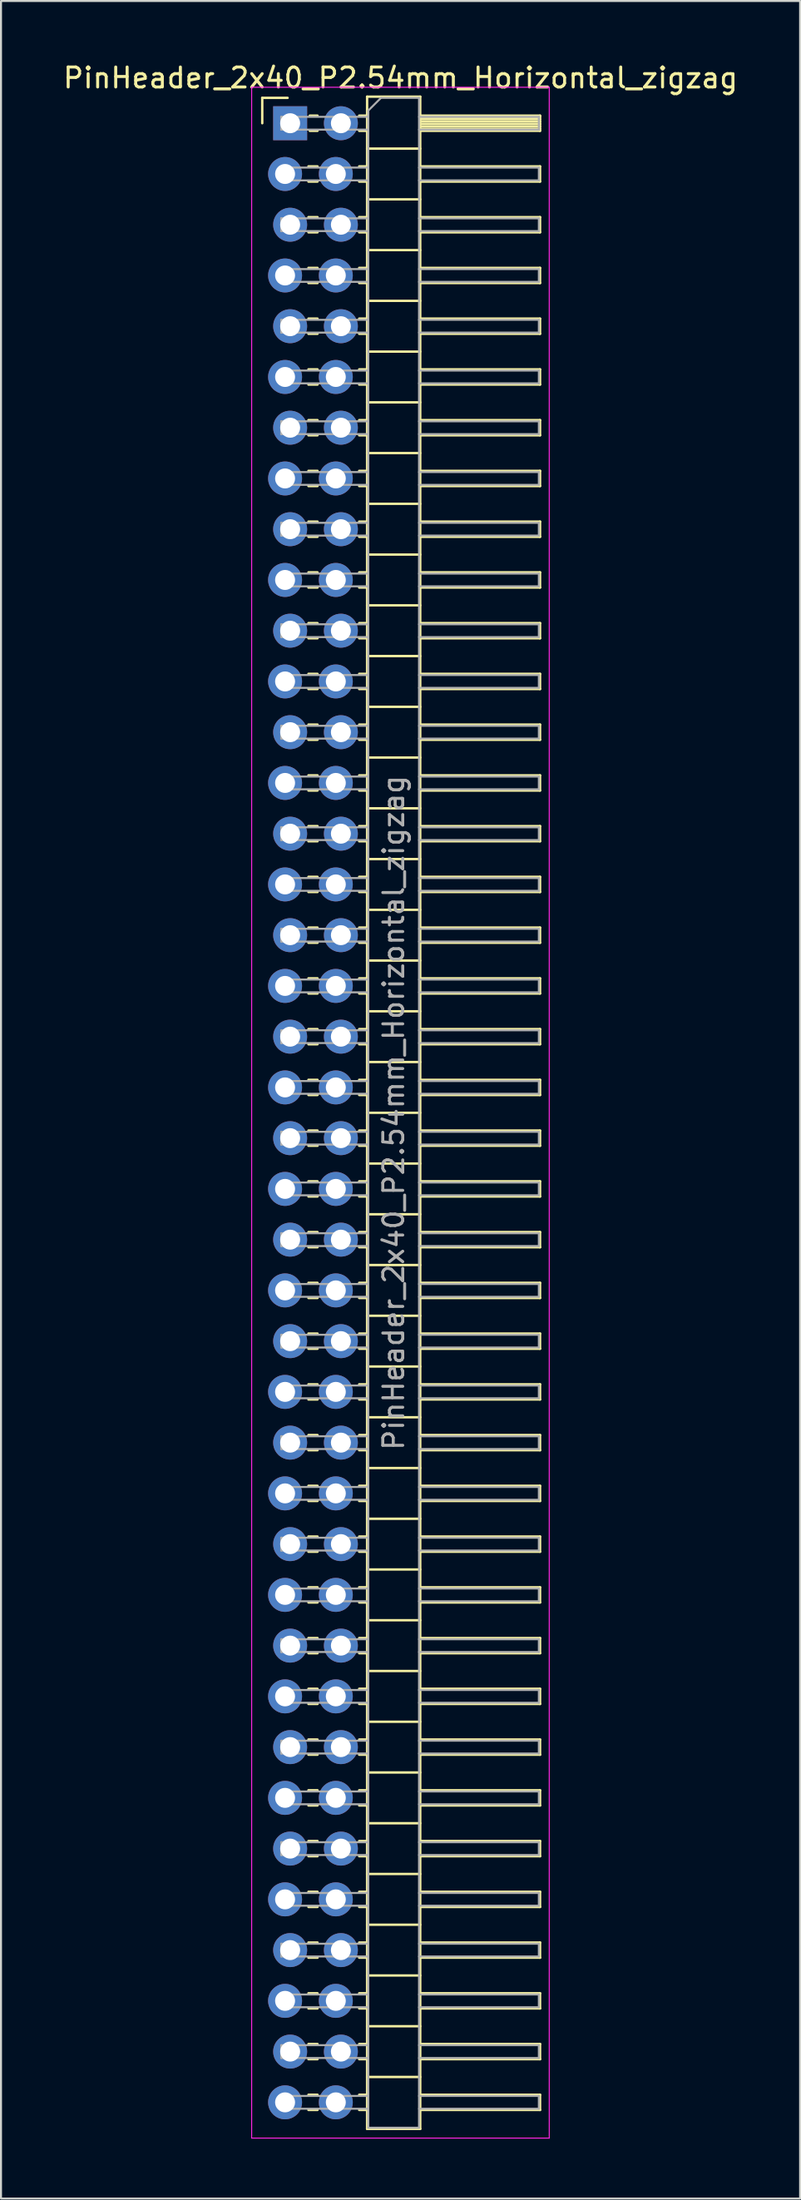
<source format=kicad_pcb>
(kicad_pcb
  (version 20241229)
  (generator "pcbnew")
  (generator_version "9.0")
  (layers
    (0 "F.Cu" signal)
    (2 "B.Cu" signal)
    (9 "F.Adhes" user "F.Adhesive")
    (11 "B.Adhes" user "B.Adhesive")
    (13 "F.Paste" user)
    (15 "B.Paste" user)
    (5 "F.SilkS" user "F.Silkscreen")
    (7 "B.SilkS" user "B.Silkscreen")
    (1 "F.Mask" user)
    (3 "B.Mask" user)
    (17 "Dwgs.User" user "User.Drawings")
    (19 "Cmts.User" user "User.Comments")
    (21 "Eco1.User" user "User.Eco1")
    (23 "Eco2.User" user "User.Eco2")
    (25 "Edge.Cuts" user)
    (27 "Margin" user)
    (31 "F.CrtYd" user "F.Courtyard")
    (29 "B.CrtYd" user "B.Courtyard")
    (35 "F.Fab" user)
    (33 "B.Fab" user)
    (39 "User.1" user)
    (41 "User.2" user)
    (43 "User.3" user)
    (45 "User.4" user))
  (footprint "PinHeader_2x40_P2.54mm_Horizontal_zigzag"
    (layer "F.Cu")
    (at 11.351 3.118)
    (property "Reference" "PinHeader_2x40_P2.54mm_Horizontal_zigzag" (at 5.655 -2.27 0) (layer "F.SilkS") (effects (font (size 1 1) (thickness 0.15))))
    (attr through_hole)
    (fp_line (start -1.27 -1.27) (end 0 -1.27) (stroke (width 0.12) (type solid)) (layer "F.SilkS"))
    (fp_line (start -1.27 0) (end -1.27 -1.27) (stroke (width 0.12) (type solid)) (layer "F.SilkS"))
    (fp_line (start 1.043 2.16) (end 1.497 2.16) (stroke (width 0.12) (type solid)) (layer "F.SilkS"))
    (fp_line (start 1.043 2.92) (end 1.497 2.92) (stroke (width 0.12) (type solid)) (layer "F.SilkS"))
    (fp_line (start 1.043 4.7) (end 1.497 4.7) (stroke (width 0.12) (type solid)) (layer "F.SilkS"))
    (fp_line (start 1.043 5.46) (end 1.497 5.46) (stroke (width 0.12) (type solid)) (layer "F.SilkS"))
    (fp_line (start 1.043 7.24) (end 1.497 7.24) (stroke (width 0.12) (type solid)) (layer "F.SilkS"))
    (fp_line (start 1.043 8) (end 1.497 8) (stroke (width 0.12) (type solid)) (layer "F.SilkS"))
    (fp_line (start 1.043 9.78) (end 1.497 9.78) (stroke (width 0.12) (type solid)) (layer "F.SilkS"))
    (fp_line (start 1.043 10.54) (end 1.497 10.54) (stroke (width 0.12) (type solid)) (layer "F.SilkS"))
    (fp_line (start 1.043 12.32) (end 1.497 12.32) (stroke (width 0.12) (type solid)) (layer "F.SilkS"))
    (fp_line (start 1.043 13.08) (end 1.497 13.08) (stroke (width 0.12) (type solid)) (layer "F.SilkS"))
    (fp_line (start 1.043 14.86) (end 1.497 14.86) (stroke (width 0.12) (type solid)) (layer "F.SilkS"))
    (fp_line (start 1.043 15.62) (end 1.497 15.62) (stroke (width 0.12) (type solid)) (layer "F.SilkS"))
    (fp_line (start 1.043 17.4) (end 1.497 17.4) (stroke (width 0.12) (type solid)) (layer "F.SilkS"))
    (fp_line (start 1.043 18.16) (end 1.497 18.16) (stroke (width 0.12) (type solid)) (layer "F.SilkS"))
    (fp_line (start 1.043 19.94) (end 1.497 19.94) (stroke (width 0.12) (type solid)) (layer "F.SilkS"))
    (fp_line (start 1.043 20.7) (end 1.497 20.7) (stroke (width 0.12) (type solid)) (layer "F.SilkS"))
    (fp_line (start 1.043 22.48) (end 1.497 22.48) (stroke (width 0.12) (type solid)) (layer "F.SilkS"))
    (fp_line (start 1.043 23.24) (end 1.497 23.24) (stroke (width 0.12) (type solid)) (layer "F.SilkS"))
    (fp_line (start 1.043 25.02) (end 1.497 25.02) (stroke (width 0.12) (type solid)) (layer "F.SilkS"))
    (fp_line (start 1.043 25.78) (end 1.497 25.78) (stroke (width 0.12) (type solid)) (layer "F.SilkS"))
    (fp_line (start 1.043 27.56) (end 1.497 27.56) (stroke (width 0.12) (type solid)) (layer "F.SilkS"))
    (fp_line (start 1.043 28.32) (end 1.497 28.32) (stroke (width 0.12) (type solid)) (layer "F.SilkS"))
    (fp_line (start 1.043 30.1) (end 1.497 30.1) (stroke (width 0.12) (type solid)) (layer "F.SilkS"))
    (fp_line (start 1.043 30.86) (end 1.497 30.86) (stroke (width 0.12) (type solid)) (layer "F.SilkS"))
    (fp_line (start 1.043 32.64) (end 1.497 32.64) (stroke (width 0.12) (type solid)) (layer "F.SilkS"))
    (fp_line (start 1.043 33.4) (end 1.497 33.4) (stroke (width 0.12) (type solid)) (layer "F.SilkS"))
    (fp_line (start 1.043 35.18) (end 1.497 35.18) (stroke (width 0.12) (type solid)) (layer "F.SilkS"))
    (fp_line (start 1.043 35.94) (end 1.497 35.94) (stroke (width 0.12) (type solid)) (layer "F.SilkS"))
    (fp_line (start 1.043 37.72) (end 1.497 37.72) (stroke (width 0.12) (type solid)) (layer "F.SilkS"))
    (fp_line (start 1.043 38.48) (end 1.497 38.48) (stroke (width 0.12) (type solid)) (layer "F.SilkS"))
    (fp_line (start 1.043 40.26) (end 1.497 40.26) (stroke (width 0.12) (type solid)) (layer "F.SilkS"))
    (fp_line (start 1.043 41.02) (end 1.497 41.02) (stroke (width 0.12) (type solid)) (layer "F.SilkS"))
    (fp_line (start 1.043 42.8) (end 1.497 42.8) (stroke (width 0.12) (type solid)) (layer "F.SilkS"))
    (fp_line (start 1.043 43.56) (end 1.497 43.56) (stroke (width 0.12) (type solid)) (layer "F.SilkS"))
    (fp_line (start 1.043 45.34) (end 1.497 45.34) (stroke (width 0.12) (type solid)) (layer "F.SilkS"))
    (fp_line (start 1.043 46.1) (end 1.497 46.1) (stroke (width 0.12) (type solid)) (layer "F.SilkS"))
    (fp_line (start 1.043 47.88) (end 1.497 47.88) (stroke (width 0.12) (type solid)) (layer "F.SilkS"))
    (fp_line (start 1.043 48.64) (end 1.497 48.64) (stroke (width 0.12) (type solid)) (layer "F.SilkS"))
    (fp_line (start 1.043 50.42) (end 1.497 50.42) (stroke (width 0.12) (type solid)) (layer "F.SilkS"))
    (fp_line (start 1.043 51.18) (end 1.497 51.18) (stroke (width 0.12) (type solid)) (layer "F.SilkS"))
    (fp_line (start 1.043 52.96) (end 1.497 52.96) (stroke (width 0.12) (type solid)) (layer "F.SilkS"))
    (fp_line (start 1.043 53.72) (end 1.497 53.72) (stroke (width 0.12) (type solid)) (layer "F.SilkS"))
    (fp_line (start 1.043 55.5) (end 1.497 55.5) (stroke (width 0.12) (type solid)) (layer "F.SilkS"))
    (fp_line (start 1.043 56.26) (end 1.497 56.26) (stroke (width 0.12) (type solid)) (layer "F.SilkS"))
    (fp_line (start 1.043 58.04) (end 1.497 58.04) (stroke (width 0.12) (type solid)) (layer "F.SilkS"))
    (fp_line (start 1.043 58.8) (end 1.497 58.8) (stroke (width 0.12) (type solid)) (layer "F.SilkS"))
    (fp_line (start 1.043 60.58) (end 1.497 60.58) (stroke (width 0.12) (type solid)) (layer "F.SilkS"))
    (fp_line (start 1.043 61.34) (end 1.497 61.34) (stroke (width 0.12) (type solid)) (layer "F.SilkS"))
    (fp_line (start 1.043 63.12) (end 1.497 63.12) (stroke (width 0.12) (type solid)) (layer "F.SilkS"))
    (fp_line (start 1.043 63.88) (end 1.497 63.88) (stroke (width 0.12) (type solid)) (layer "F.SilkS"))
    (fp_line (start 1.043 65.66) (end 1.497 65.66) (stroke (width 0.12) (type solid)) (layer "F.SilkS"))
    (fp_line (start 1.043 66.42) (end 1.497 66.42) (stroke (width 0.12) (type solid)) (layer "F.SilkS"))
    (fp_line (start 1.043 68.2) (end 1.497 68.2) (stroke (width 0.12) (type solid)) (layer "F.SilkS"))
    (fp_line (start 1.043 68.96) (end 1.497 68.96) (stroke (width 0.12) (type solid)) (layer "F.SilkS"))
    (fp_line (start 1.043 70.74) (end 1.497 70.74) (stroke (width 0.12) (type solid)) (layer "F.SilkS"))
    (fp_line (start 1.043 71.5) (end 1.497 71.5) (stroke (width 0.12) (type solid)) (layer "F.SilkS"))
    (fp_line (start 1.043 73.28) (end 1.497 73.28) (stroke (width 0.12) (type solid)) (layer "F.SilkS"))
    (fp_line (start 1.043 74.04) (end 1.497 74.04) (stroke (width 0.12) (type solid)) (layer "F.SilkS"))
    (fp_line (start 1.043 75.82) (end 1.497 75.82) (stroke (width 0.12) (type solid)) (layer "F.SilkS"))
    (fp_line (start 1.043 76.58) (end 1.497 76.58) (stroke (width 0.12) (type solid)) (layer "F.SilkS"))
    (fp_line (start 1.043 78.36) (end 1.497 78.36) (stroke (width 0.12) (type solid)) (layer "F.SilkS"))
    (fp_line (start 1.043 79.12) (end 1.497 79.12) (stroke (width 0.12) (type solid)) (layer "F.SilkS"))
    (fp_line (start 1.043 80.9) (end 1.497 80.9) (stroke (width 0.12) (type solid)) (layer "F.SilkS"))
    (fp_line (start 1.043 81.66) (end 1.497 81.66) (stroke (width 0.12) (type solid)) (layer "F.SilkS"))
    (fp_line (start 1.043 83.44) (end 1.497 83.44) (stroke (width 0.12) (type solid)) (layer "F.SilkS"))
    (fp_line (start 1.043 84.2) (end 1.497 84.2) (stroke (width 0.12) (type solid)) (layer "F.SilkS"))
    (fp_line (start 1.043 85.98) (end 1.497 85.98) (stroke (width 0.12) (type solid)) (layer "F.SilkS"))
    (fp_line (start 1.043 86.74) (end 1.497 86.74) (stroke (width 0.12) (type solid)) (layer "F.SilkS"))
    (fp_line (start 1.043 88.52) (end 1.497 88.52) (stroke (width 0.12) (type solid)) (layer "F.SilkS"))
    (fp_line (start 1.043 89.28) (end 1.497 89.28) (stroke (width 0.12) (type solid)) (layer "F.SilkS"))
    (fp_line (start 1.043 91.06) (end 1.497 91.06) (stroke (width 0.12) (type solid)) (layer "F.SilkS"))
    (fp_line (start 1.043 91.82) (end 1.497 91.82) (stroke (width 0.12) (type solid)) (layer "F.SilkS"))
    (fp_line (start 1.043 93.6) (end 1.497 93.6) (stroke (width 0.12) (type solid)) (layer "F.SilkS"))
    (fp_line (start 1.043 94.36) (end 1.497 94.36) (stroke (width 0.12) (type solid)) (layer "F.SilkS"))
    (fp_line (start 1.043 96.14) (end 1.497 96.14) (stroke (width 0.12) (type solid)) (layer "F.SilkS"))
    (fp_line (start 1.043 96.9) (end 1.497 96.9) (stroke (width 0.12) (type solid)) (layer "F.SilkS"))
    (fp_line (start 1.043 98.68) (end 1.497 98.68) (stroke (width 0.12) (type solid)) (layer "F.SilkS"))
    (fp_line (start 1.043 99.44) (end 1.497 99.44) (stroke (width 0.12) (type solid)) (layer "F.SilkS"))
    (fp_line (start 1.11 -0.38) (end 1.497 -0.38) (stroke (width 0.12) (type solid)) (layer "F.SilkS"))
    (fp_line (start 1.11 0.38) (end 1.497 0.38) (stroke (width 0.12) (type solid)) (layer "F.SilkS"))
    (fp_line (start 3.583 -0.38) (end 3.98 -0.38) (stroke (width 0.12) (type solid)) (layer "F.SilkS"))
    (fp_line (start 3.583 0.38) (end 3.98 0.38) (stroke (width 0.12) (type solid)) (layer "F.SilkS"))
    (fp_line (start 3.583 2.16) (end 3.98 2.16) (stroke (width 0.12) (type solid)) (layer "F.SilkS"))
    (fp_line (start 3.583 2.92) (end 3.98 2.92) (stroke (width 0.12) (type solid)) (layer "F.SilkS"))
    (fp_line (start 3.583 4.7) (end 3.98 4.7) (stroke (width 0.12) (type solid)) (layer "F.SilkS"))
    (fp_line (start 3.583 5.46) (end 3.98 5.46) (stroke (width 0.12) (type solid)) (layer "F.SilkS"))
    (fp_line (start 3.583 7.24) (end 3.98 7.24) (stroke (width 0.12) (type solid)) (layer "F.SilkS"))
    (fp_line (start 3.583 8) (end 3.98 8) (stroke (width 0.12) (type solid)) (layer "F.SilkS"))
    (fp_line (start 3.583 9.78) (end 3.98 9.78) (stroke (width 0.12) (type solid)) (layer "F.SilkS"))
    (fp_line (start 3.583 10.54) (end 3.98 10.54) (stroke (width 0.12) (type solid)) (layer "F.SilkS"))
    (fp_line (start 3.583 12.32) (end 3.98 12.32) (stroke (width 0.12) (type solid)) (layer "F.SilkS"))
    (fp_line (start 3.583 13.08) (end 3.98 13.08) (stroke (width 0.12) (type solid)) (layer "F.SilkS"))
    (fp_line (start 3.583 14.86) (end 3.98 14.86) (stroke (width 0.12) (type solid)) (layer "F.SilkS"))
    (fp_line (start 3.583 15.62) (end 3.98 15.62) (stroke (width 0.12) (type solid)) (layer "F.SilkS"))
    (fp_line (start 3.583 17.4) (end 3.98 17.4) (stroke (width 0.12) (type solid)) (layer "F.SilkS"))
    (fp_line (start 3.583 18.16) (end 3.98 18.16) (stroke (width 0.12) (type solid)) (layer "F.SilkS"))
    (fp_line (start 3.583 19.94) (end 3.98 19.94) (stroke (width 0.12) (type solid)) (layer "F.SilkS"))
    (fp_line (start 3.583 20.7) (end 3.98 20.7) (stroke (width 0.12) (type solid)) (layer "F.SilkS"))
    (fp_line (start 3.583 22.48) (end 3.98 22.48) (stroke (width 0.12) (type solid)) (layer "F.SilkS"))
    (fp_line (start 3.583 23.24) (end 3.98 23.24) (stroke (width 0.12) (type solid)) (layer "F.SilkS"))
    (fp_line (start 3.583 25.02) (end 3.98 25.02) (stroke (width 0.12) (type solid)) (layer "F.SilkS"))
    (fp_line (start 3.583 25.78) (end 3.98 25.78) (stroke (width 0.12) (type solid)) (layer "F.SilkS"))
    (fp_line (start 3.583 27.56) (end 3.98 27.56) (stroke (width 0.12) (type solid)) (layer "F.SilkS"))
    (fp_line (start 3.583 28.32) (end 3.98 28.32) (stroke (width 0.12) (type solid)) (layer "F.SilkS"))
    (fp_line (start 3.583 30.1) (end 3.98 30.1) (stroke (width 0.12) (type solid)) (layer "F.SilkS"))
    (fp_line (start 3.583 30.86) (end 3.98 30.86) (stroke (width 0.12) (type solid)) (layer "F.SilkS"))
    (fp_line (start 3.583 32.64) (end 3.98 32.64) (stroke (width 0.12) (type solid)) (layer "F.SilkS"))
    (fp_line (start 3.583 33.4) (end 3.98 33.4) (stroke (width 0.12) (type solid)) (layer "F.SilkS"))
    (fp_line (start 3.583 35.18) (end 3.98 35.18) (stroke (width 0.12) (type solid)) (layer "F.SilkS"))
    (fp_line (start 3.583 35.94) (end 3.98 35.94) (stroke (width 0.12) (type solid)) (layer "F.SilkS"))
    (fp_line (start 3.583 37.72) (end 3.98 37.72) (stroke (width 0.12) (type solid)) (layer "F.SilkS"))
    (fp_line (start 3.583 38.48) (end 3.98 38.48) (stroke (width 0.12) (type solid)) (layer "F.SilkS"))
    (fp_line (start 3.583 40.26) (end 3.98 40.26) (stroke (width 0.12) (type solid)) (layer "F.SilkS"))
    (fp_line (start 3.583 41.02) (end 3.98 41.02) (stroke (width 0.12) (type solid)) (layer "F.SilkS"))
    (fp_line (start 3.583 42.8) (end 3.98 42.8) (stroke (width 0.12) (type solid)) (layer "F.SilkS"))
    (fp_line (start 3.583 43.56) (end 3.98 43.56) (stroke (width 0.12) (type solid)) (layer "F.SilkS"))
    (fp_line (start 3.583 45.34) (end 3.98 45.34) (stroke (width 0.12) (type solid)) (layer "F.SilkS"))
    (fp_line (start 3.583 46.1) (end 3.98 46.1) (stroke (width 0.12) (type solid)) (layer "F.SilkS"))
    (fp_line (start 3.583 47.88) (end 3.98 47.88) (stroke (width 0.12) (type solid)) (layer "F.SilkS"))
    (fp_line (start 3.583 48.64) (end 3.98 48.64) (stroke (width 0.12) (type solid)) (layer "F.SilkS"))
    (fp_line (start 3.583 50.42) (end 3.98 50.42) (stroke (width 0.12) (type solid)) (layer "F.SilkS"))
    (fp_line (start 3.583 51.18) (end 3.98 51.18) (stroke (width 0.12) (type solid)) (layer "F.SilkS"))
    (fp_line (start 3.583 52.96) (end 3.98 52.96) (stroke (width 0.12) (type solid)) (layer "F.SilkS"))
    (fp_line (start 3.583 53.72) (end 3.98 53.72) (stroke (width 0.12) (type solid)) (layer "F.SilkS"))
    (fp_line (start 3.583 55.5) (end 3.98 55.5) (stroke (width 0.12) (type solid)) (layer "F.SilkS"))
    (fp_line (start 3.583 56.26) (end 3.98 56.26) (stroke (width 0.12) (type solid)) (layer "F.SilkS"))
    (fp_line (start 3.583 58.04) (end 3.98 58.04) (stroke (width 0.12) (type solid)) (layer "F.SilkS"))
    (fp_line (start 3.583 58.8) (end 3.98 58.8) (stroke (width 0.12) (type solid)) (layer "F.SilkS"))
    (fp_line (start 3.583 60.58) (end 3.98 60.58) (stroke (width 0.12) (type solid)) (layer "F.SilkS"))
    (fp_line (start 3.583 61.34) (end 3.98 61.34) (stroke (width 0.12) (type solid)) (layer "F.SilkS"))
    (fp_line (start 3.583 63.12) (end 3.98 63.12) (stroke (width 0.12) (type solid)) (layer "F.SilkS"))
    (fp_line (start 3.583 63.88) (end 3.98 63.88) (stroke (width 0.12) (type solid)) (layer "F.SilkS"))
    (fp_line (start 3.583 65.66) (end 3.98 65.66) (stroke (width 0.12) (type solid)) (layer "F.SilkS"))
    (fp_line (start 3.583 66.42) (end 3.98 66.42) (stroke (width 0.12) (type solid)) (layer "F.SilkS"))
    (fp_line (start 3.583 68.2) (end 3.98 68.2) (stroke (width 0.12) (type solid)) (layer "F.SilkS"))
    (fp_line (start 3.583 68.96) (end 3.98 68.96) (stroke (width 0.12) (type solid)) (layer "F.SilkS"))
    (fp_line (start 3.583 70.74) (end 3.98 70.74) (stroke (width 0.12) (type solid)) (layer "F.SilkS"))
    (fp_line (start 3.583 71.5) (end 3.98 71.5) (stroke (width 0.12) (type solid)) (layer "F.SilkS"))
    (fp_line (start 3.583 73.28) (end 3.98 73.28) (stroke (width 0.12) (type solid)) (layer "F.SilkS"))
    (fp_line (start 3.583 74.04) (end 3.98 74.04) (stroke (width 0.12) (type solid)) (layer "F.SilkS"))
    (fp_line (start 3.583 75.82) (end 3.98 75.82) (stroke (width 0.12) (type solid)) (layer "F.SilkS"))
    (fp_line (start 3.583 76.58) (end 3.98 76.58) (stroke (width 0.12) (type solid)) (layer "F.SilkS"))
    (fp_line (start 3.583 78.36) (end 3.98 78.36) (stroke (width 0.12) (type solid)) (layer "F.SilkS"))
    (fp_line (start 3.583 79.12) (end 3.98 79.12) (stroke (width 0.12) (type solid)) (layer "F.SilkS"))
    (fp_line (start 3.583 80.9) (end 3.98 80.9) (stroke (width 0.12) (type solid)) (layer "F.SilkS"))
    (fp_line (start 3.583 81.66) (end 3.98 81.66) (stroke (width 0.12) (type solid)) (layer "F.SilkS"))
    (fp_line (start 3.583 83.44) (end 3.98 83.44) (stroke (width 0.12) (type solid)) (layer "F.SilkS"))
    (fp_line (start 3.583 84.2) (end 3.98 84.2) (stroke (width 0.12) (type solid)) (layer "F.SilkS"))
    (fp_line (start 3.583 85.98) (end 3.98 85.98) (stroke (width 0.12) (type solid)) (layer "F.SilkS"))
    (fp_line (start 3.583 86.74) (end 3.98 86.74) (stroke (width 0.12) (type solid)) (layer "F.SilkS"))
    (fp_line (start 3.583 88.52) (end 3.98 88.52) (stroke (width 0.12) (type solid)) (layer "F.SilkS"))
    (fp_line (start 3.583 89.28) (end 3.98 89.28) (stroke (width 0.12) (type solid)) (layer "F.SilkS"))
    (fp_line (start 3.583 91.06) (end 3.98 91.06) (stroke (width 0.12) (type solid)) (layer "F.SilkS"))
    (fp_line (start 3.583 91.82) (end 3.98 91.82) (stroke (width 0.12) (type solid)) (layer "F.SilkS"))
    (fp_line (start 3.583 93.6) (end 3.98 93.6) (stroke (width 0.12) (type solid)) (layer "F.SilkS"))
    (fp_line (start 3.583 94.36) (end 3.98 94.36) (stroke (width 0.12) (type solid)) (layer "F.SilkS"))
    (fp_line (start 3.583 96.14) (end 3.98 96.14) (stroke (width 0.12) (type solid)) (layer "F.SilkS"))
    (fp_line (start 3.583 96.9) (end 3.98 96.9) (stroke (width 0.12) (type solid)) (layer "F.SilkS"))
    (fp_line (start 3.583 98.68) (end 3.98 98.68) (stroke (width 0.12) (type solid)) (layer "F.SilkS"))
    (fp_line (start 3.583 99.44) (end 3.98 99.44) (stroke (width 0.12) (type solid)) (layer "F.SilkS"))
    (fp_line (start 3.98 -1.33) (end 3.98 100.39) (stroke (width 0.12) (type solid)) (layer "F.SilkS"))
    (fp_line (start 3.98 1.27) (end 6.64 1.27) (stroke (width 0.12) (type solid)) (layer "F.SilkS"))
    (fp_line (start 3.98 3.81) (end 6.64 3.81) (stroke (width 0.12) (type solid)) (layer "F.SilkS"))
    (fp_line (start 3.98 6.35) (end 6.64 6.35) (stroke (width 0.12) (type solid)) (layer "F.SilkS"))
    (fp_line (start 3.98 8.89) (end 6.64 8.89) (stroke (width 0.12) (type solid)) (layer "F.SilkS"))
    (fp_line (start 3.98 11.43) (end 6.64 11.43) (stroke (width 0.12) (type solid)) (layer "F.SilkS"))
    (fp_line (start 3.98 13.97) (end 6.64 13.97) (stroke (width 0.12) (type solid)) (layer "F.SilkS"))
    (fp_line (start 3.98 16.51) (end 6.64 16.51) (stroke (width 0.12) (type solid)) (layer "F.SilkS"))
    (fp_line (start 3.98 19.05) (end 6.64 19.05) (stroke (width 0.12) (type solid)) (layer "F.SilkS"))
    (fp_line (start 3.98 21.59) (end 6.64 21.59) (stroke (width 0.12) (type solid)) (layer "F.SilkS"))
    (fp_line (start 3.98 24.13) (end 6.64 24.13) (stroke (width 0.12) (type solid)) (layer "F.SilkS"))
    (fp_line (start 3.98 26.67) (end 6.64 26.67) (stroke (width 0.12) (type solid)) (layer "F.SilkS"))
    (fp_line (start 3.98 29.21) (end 6.64 29.21) (stroke (width 0.12) (type solid)) (layer "F.SilkS"))
    (fp_line (start 3.98 31.75) (end 6.64 31.75) (stroke (width 0.12) (type solid)) (layer "F.SilkS"))
    (fp_line (start 3.98 34.29) (end 6.64 34.29) (stroke (width 0.12) (type solid)) (layer "F.SilkS"))
    (fp_line (start 3.98 36.83) (end 6.64 36.83) (stroke (width 0.12) (type solid)) (layer "F.SilkS"))
    (fp_line (start 3.98 39.37) (end 6.64 39.37) (stroke (width 0.12) (type solid)) (layer "F.SilkS"))
    (fp_line (start 3.98 41.91) (end 6.64 41.91) (stroke (width 0.12) (type solid)) (layer "F.SilkS"))
    (fp_line (start 3.98 44.45) (end 6.64 44.45) (stroke (width 0.12) (type solid)) (layer "F.SilkS"))
    (fp_line (start 3.98 46.99) (end 6.64 46.99) (stroke (width 0.12) (type solid)) (layer "F.SilkS"))
    (fp_line (start 3.98 49.53) (end 6.64 49.53) (stroke (width 0.12) (type solid)) (layer "F.SilkS"))
    (fp_line (start 3.98 52.07) (end 6.64 52.07) (stroke (width 0.12) (type solid)) (layer "F.SilkS"))
    (fp_line (start 3.98 54.61) (end 6.64 54.61) (stroke (width 0.12) (type solid)) (layer "F.SilkS"))
    (fp_line (start 3.98 57.15) (end 6.64 57.15) (stroke (width 0.12) (type solid)) (layer "F.SilkS"))
    (fp_line (start 3.98 59.69) (end 6.64 59.69) (stroke (width 0.12) (type solid)) (layer "F.SilkS"))
    (fp_line (start 3.98 62.23) (end 6.64 62.23) (stroke (width 0.12) (type solid)) (layer "F.SilkS"))
    (fp_line (start 3.98 64.77) (end 6.64 64.77) (stroke (width 0.12) (type solid)) (layer "F.SilkS"))
    (fp_line (start 3.98 67.31) (end 6.64 67.31) (stroke (width 0.12) (type solid)) (layer "F.SilkS"))
    (fp_line (start 3.98 69.85) (end 6.64 69.85) (stroke (width 0.12) (type solid)) (layer "F.SilkS"))
    (fp_line (start 3.98 72.39) (end 6.64 72.39) (stroke (width 0.12) (type solid)) (layer "F.SilkS"))
    (fp_line (start 3.98 74.93) (end 6.64 74.93) (stroke (width 0.12) (type solid)) (layer "F.SilkS"))
    (fp_line (start 3.98 77.47) (end 6.64 77.47) (stroke (width 0.12) (type solid)) (layer "F.SilkS"))
    (fp_line (start 3.98 80.01) (end 6.64 80.01) (stroke (width 0.12) (type solid)) (layer "F.SilkS"))
    (fp_line (start 3.98 82.55) (end 6.64 82.55) (stroke (width 0.12) (type solid)) (layer "F.SilkS"))
    (fp_line (start 3.98 85.09) (end 6.64 85.09) (stroke (width 0.12) (type solid)) (layer "F.SilkS"))
    (fp_line (start 3.98 87.63) (end 6.64 87.63) (stroke (width 0.12) (type solid)) (layer "F.SilkS"))
    (fp_line (start 3.98 90.17) (end 6.64 90.17) (stroke (width 0.12) (type solid)) (layer "F.SilkS"))
    (fp_line (start 3.98 92.71) (end 6.64 92.71) (stroke (width 0.12) (type solid)) (layer "F.SilkS"))
    (fp_line (start 3.98 95.25) (end 6.64 95.25) (stroke (width 0.12) (type solid)) (layer "F.SilkS"))
    (fp_line (start 3.98 97.79) (end 6.64 97.79) (stroke (width 0.12) (type solid)) (layer "F.SilkS"))
    (fp_line (start 3.98 100.39) (end 6.64 100.39) (stroke (width 0.12) (type solid)) (layer "F.SilkS"))
    (fp_line (start 6.64 -1.33) (end 3.98 -1.33) (stroke (width 0.12) (type solid)) (layer "F.SilkS"))
    (fp_line (start 6.64 -0.38) (end 12.64 -0.38) (stroke (width 0.12) (type solid)) (layer "F.SilkS"))
    (fp_line (start 6.64 -0.32) (end 12.64 -0.32) (stroke (width 0.12) (type solid)) (layer "F.SilkS"))
    (fp_line (start 6.64 -0.2) (end 12.64 -0.2) (stroke (width 0.12) (type solid)) (layer "F.SilkS"))
    (fp_line (start 6.64 -0.08) (end 12.64 -0.08) (stroke (width 0.12) (type solid)) (layer "F.SilkS"))
    (fp_line (start 6.64 0.04) (end 12.64 0.04) (stroke (width 0.12) (type solid)) (layer "F.SilkS"))
    (fp_line (start 6.64 0.16) (end 12.64 0.16) (stroke (width 0.12) (type solid)) (layer "F.SilkS"))
    (fp_line (start 6.64 0.28) (end 12.64 0.28) (stroke (width 0.12) (type solid)) (layer "F.SilkS"))
    (fp_line (start 6.64 2.16) (end 12.64 2.16) (stroke (width 0.12) (type solid)) (layer "F.SilkS"))
    (fp_line (start 6.64 4.7) (end 12.64 4.7) (stroke (width 0.12) (type solid)) (layer "F.SilkS"))
    (fp_line (start 6.64 7.24) (end 12.64 7.24) (stroke (width 0.12) (type solid)) (layer "F.SilkS"))
    (fp_line (start 6.64 9.78) (end 12.64 9.78) (stroke (width 0.12) (type solid)) (layer "F.SilkS"))
    (fp_line (start 6.64 12.32) (end 12.64 12.32) (stroke (width 0.12) (type solid)) (layer "F.SilkS"))
    (fp_line (start 6.64 14.86) (end 12.64 14.86) (stroke (width 0.12) (type solid)) (layer "F.SilkS"))
    (fp_line (start 6.64 17.4) (end 12.64 17.4) (stroke (width 0.12) (type solid)) (layer "F.SilkS"))
    (fp_line (start 6.64 19.94) (end 12.64 19.94) (stroke (width 0.12) (type solid)) (layer "F.SilkS"))
    (fp_line (start 6.64 22.48) (end 12.64 22.48) (stroke (width 0.12) (type solid)) (layer "F.SilkS"))
    (fp_line (start 6.64 25.02) (end 12.64 25.02) (stroke (width 0.12) (type solid)) (layer "F.SilkS"))
    (fp_line (start 6.64 27.56) (end 12.64 27.56) (stroke (width 0.12) (type solid)) (layer "F.SilkS"))
    (fp_line (start 6.64 30.1) (end 12.64 30.1) (stroke (width 0.12) (type solid)) (layer "F.SilkS"))
    (fp_line (start 6.64 32.64) (end 12.64 32.64) (stroke (width 0.12) (type solid)) (layer "F.SilkS"))
    (fp_line (start 6.64 35.18) (end 12.64 35.18) (stroke (width 0.12) (type solid)) (layer "F.SilkS"))
    (fp_line (start 6.64 37.72) (end 12.64 37.72) (stroke (width 0.12) (type solid)) (layer "F.SilkS"))
    (fp_line (start 6.64 40.26) (end 12.64 40.26) (stroke (width 0.12) (type solid)) (layer "F.SilkS"))
    (fp_line (start 6.64 42.8) (end 12.64 42.8) (stroke (width 0.12) (type solid)) (layer "F.SilkS"))
    (fp_line (start 6.64 45.34) (end 12.64 45.34) (stroke (width 0.12) (type solid)) (layer "F.SilkS"))
    (fp_line (start 6.64 47.88) (end 12.64 47.88) (stroke (width 0.12) (type solid)) (layer "F.SilkS"))
    (fp_line (start 6.64 50.42) (end 12.64 50.42) (stroke (width 0.12) (type solid)) (layer "F.SilkS"))
    (fp_line (start 6.64 52.96) (end 12.64 52.96) (stroke (width 0.12) (type solid)) (layer "F.SilkS"))
    (fp_line (start 6.64 55.5) (end 12.64 55.5) (stroke (width 0.12) (type solid)) (layer "F.SilkS"))
    (fp_line (start 6.64 58.04) (end 12.64 58.04) (stroke (width 0.12) (type solid)) (layer "F.SilkS"))
    (fp_line (start 6.64 60.58) (end 12.64 60.58) (stroke (width 0.12) (type solid)) (layer "F.SilkS"))
    (fp_line (start 6.64 63.12) (end 12.64 63.12) (stroke (width 0.12) (type solid)) (layer "F.SilkS"))
    (fp_line (start 6.64 65.66) (end 12.64 65.66) (stroke (width 0.12) (type solid)) (layer "F.SilkS"))
    (fp_line (start 6.64 68.2) (end 12.64 68.2) (stroke (width 0.12) (type solid)) (layer "F.SilkS"))
    (fp_line (start 6.64 70.74) (end 12.64 70.74) (stroke (width 0.12) (type solid)) (layer "F.SilkS"))
    (fp_line (start 6.64 73.28) (end 12.64 73.28) (stroke (width 0.12) (type solid)) (layer "F.SilkS"))
    (fp_line (start 6.64 75.82) (end 12.64 75.82) (stroke (width 0.12) (type solid)) (layer "F.SilkS"))
    (fp_line (start 6.64 78.36) (end 12.64 78.36) (stroke (width 0.12) (type solid)) (layer "F.SilkS"))
    (fp_line (start 6.64 80.9) (end 12.64 80.9) (stroke (width 0.12) (type solid)) (layer "F.SilkS"))
    (fp_line (start 6.64 83.44) (end 12.64 83.44) (stroke (width 0.12) (type solid)) (layer "F.SilkS"))
    (fp_line (start 6.64 85.98) (end 12.64 85.98) (stroke (width 0.12) (type solid)) (layer "F.SilkS"))
    (fp_line (start 6.64 88.52) (end 12.64 88.52) (stroke (width 0.12) (type solid)) (layer "F.SilkS"))
    (fp_line (start 6.64 91.06) (end 12.64 91.06) (stroke (width 0.12) (type solid)) (layer "F.SilkS"))
    (fp_line (start 6.64 93.6) (end 12.64 93.6) (stroke (width 0.12) (type solid)) (layer "F.SilkS"))
    (fp_line (start 6.64 96.14) (end 12.64 96.14) (stroke (width 0.12) (type solid)) (layer "F.SilkS"))
    (fp_line (start 6.64 98.68) (end 12.64 98.68) (stroke (width 0.12) (type solid)) (layer "F.SilkS"))
    (fp_line (start 6.64 100.39) (end 6.64 -1.33) (stroke (width 0.12) (type solid)) (layer "F.SilkS"))
    (fp_line (start 12.64 -0.38) (end 12.64 0.38) (stroke (width 0.12) (type solid)) (layer "F.SilkS"))
    (fp_line (start 12.64 0.38) (end 6.64 0.38) (stroke (width 0.12) (type solid)) (layer "F.SilkS"))
    (fp_line (start 12.64 2.16) (end 12.64 2.92) (stroke (width 0.12) (type solid)) (layer "F.SilkS"))
    (fp_line (start 12.64 2.92) (end 6.64 2.92) (stroke (width 0.12) (type solid)) (layer "F.SilkS"))
    (fp_line (start 12.64 4.7) (end 12.64 5.46) (stroke (width 0.12) (type solid)) (layer "F.SilkS"))
    (fp_line (start 12.64 5.46) (end 6.64 5.46) (stroke (width 0.12) (type solid)) (layer "F.SilkS"))
    (fp_line (start 12.64 7.24) (end 12.64 8) (stroke (width 0.12) (type solid)) (layer "F.SilkS"))
    (fp_line (start 12.64 8) (end 6.64 8) (stroke (width 0.12) (type solid)) (layer "F.SilkS"))
    (fp_line (start 12.64 9.78) (end 12.64 10.54) (stroke (width 0.12) (type solid)) (layer "F.SilkS"))
    (fp_line (start 12.64 10.54) (end 6.64 10.54) (stroke (width 0.12) (type solid)) (layer "F.SilkS"))
    (fp_line (start 12.64 12.32) (end 12.64 13.08) (stroke (width 0.12) (type solid)) (layer "F.SilkS"))
    (fp_line (start 12.64 13.08) (end 6.64 13.08) (stroke (width 0.12) (type solid)) (layer "F.SilkS"))
    (fp_line (start 12.64 14.86) (end 12.64 15.62) (stroke (width 0.12) (type solid)) (layer "F.SilkS"))
    (fp_line (start 12.64 15.62) (end 6.64 15.62) (stroke (width 0.12) (type solid)) (layer "F.SilkS"))
    (fp_line (start 12.64 17.4) (end 12.64 18.16) (stroke (width 0.12) (type solid)) (layer "F.SilkS"))
    (fp_line (start 12.64 18.16) (end 6.64 18.16) (stroke (width 0.12) (type solid)) (layer "F.SilkS"))
    (fp_line (start 12.64 19.94) (end 12.64 20.7) (stroke (width 0.12) (type solid)) (layer "F.SilkS"))
    (fp_line (start 12.64 20.7) (end 6.64 20.7) (stroke (width 0.12) (type solid)) (layer "F.SilkS"))
    (fp_line (start 12.64 22.48) (end 12.64 23.24) (stroke (width 0.12) (type solid)) (layer "F.SilkS"))
    (fp_line (start 12.64 23.24) (end 6.64 23.24) (stroke (width 0.12) (type solid)) (layer "F.SilkS"))
    (fp_line (start 12.64 25.02) (end 12.64 25.78) (stroke (width 0.12) (type solid)) (layer "F.SilkS"))
    (fp_line (start 12.64 25.78) (end 6.64 25.78) (stroke (width 0.12) (type solid)) (layer "F.SilkS"))
    (fp_line (start 12.64 27.56) (end 12.64 28.32) (stroke (width 0.12) (type solid)) (layer "F.SilkS"))
    (fp_line (start 12.64 28.32) (end 6.64 28.32) (stroke (width 0.12) (type solid)) (layer "F.SilkS"))
    (fp_line (start 12.64 30.1) (end 12.64 30.86) (stroke (width 0.12) (type solid)) (layer "F.SilkS"))
    (fp_line (start 12.64 30.86) (end 6.64 30.86) (stroke (width 0.12) (type solid)) (layer "F.SilkS"))
    (fp_line (start 12.64 32.64) (end 12.64 33.4) (stroke (width 0.12) (type solid)) (layer "F.SilkS"))
    (fp_line (start 12.64 33.4) (end 6.64 33.4) (stroke (width 0.12) (type solid)) (layer "F.SilkS"))
    (fp_line (start 12.64 35.18) (end 12.64 35.94) (stroke (width 0.12) (type solid)) (layer "F.SilkS"))
    (fp_line (start 12.64 35.94) (end 6.64 35.94) (stroke (width 0.12) (type solid)) (layer "F.SilkS"))
    (fp_line (start 12.64 37.72) (end 12.64 38.48) (stroke (width 0.12) (type solid)) (layer "F.SilkS"))
    (fp_line (start 12.64 38.48) (end 6.64 38.48) (stroke (width 0.12) (type solid)) (layer "F.SilkS"))
    (fp_line (start 12.64 40.26) (end 12.64 41.02) (stroke (width 0.12) (type solid)) (layer "F.SilkS"))
    (fp_line (start 12.64 41.02) (end 6.64 41.02) (stroke (width 0.12) (type solid)) (layer "F.SilkS"))
    (fp_line (start 12.64 42.8) (end 12.64 43.56) (stroke (width 0.12) (type solid)) (layer "F.SilkS"))
    (fp_line (start 12.64 43.56) (end 6.64 43.56) (stroke (width 0.12) (type solid)) (layer "F.SilkS"))
    (fp_line (start 12.64 45.34) (end 12.64 46.1) (stroke (width 0.12) (type solid)) (layer "F.SilkS"))
    (fp_line (start 12.64 46.1) (end 6.64 46.1) (stroke (width 0.12) (type solid)) (layer "F.SilkS"))
    (fp_line (start 12.64 47.88) (end 12.64 48.64) (stroke (width 0.12) (type solid)) (layer "F.SilkS"))
    (fp_line (start 12.64 48.64) (end 6.64 48.64) (stroke (width 0.12) (type solid)) (layer "F.SilkS"))
    (fp_line (start 12.64 50.42) (end 12.64 51.18) (stroke (width 0.12) (type solid)) (layer "F.SilkS"))
    (fp_line (start 12.64 51.18) (end 6.64 51.18) (stroke (width 0.12) (type solid)) (layer "F.SilkS"))
    (fp_line (start 12.64 52.96) (end 12.64 53.72) (stroke (width 0.12) (type solid)) (layer "F.SilkS"))
    (fp_line (start 12.64 53.72) (end 6.64 53.72) (stroke (width 0.12) (type solid)) (layer "F.SilkS"))
    (fp_line (start 12.64 55.5) (end 12.64 56.26) (stroke (width 0.12) (type solid)) (layer "F.SilkS"))
    (fp_line (start 12.64 56.26) (end 6.64 56.26) (stroke (width 0.12) (type solid)) (layer "F.SilkS"))
    (fp_line (start 12.64 58.04) (end 12.64 58.8) (stroke (width 0.12) (type solid)) (layer "F.SilkS"))
    (fp_line (start 12.64 58.8) (end 6.64 58.8) (stroke (width 0.12) (type solid)) (layer "F.SilkS"))
    (fp_line (start 12.64 60.58) (end 12.64 61.34) (stroke (width 0.12) (type solid)) (layer "F.SilkS"))
    (fp_line (start 12.64 61.34) (end 6.64 61.34) (stroke (width 0.12) (type solid)) (layer "F.SilkS"))
    (fp_line (start 12.64 63.12) (end 12.64 63.88) (stroke (width 0.12) (type solid)) (layer "F.SilkS"))
    (fp_line (start 12.64 63.88) (end 6.64 63.88) (stroke (width 0.12) (type solid)) (layer "F.SilkS"))
    (fp_line (start 12.64 65.66) (end 12.64 66.42) (stroke (width 0.12) (type solid)) (layer "F.SilkS"))
    (fp_line (start 12.64 66.42) (end 6.64 66.42) (stroke (width 0.12) (type solid)) (layer "F.SilkS"))
    (fp_line (start 12.64 68.2) (end 12.64 68.96) (stroke (width 0.12) (type solid)) (layer "F.SilkS"))
    (fp_line (start 12.64 68.96) (end 6.64 68.96) (stroke (width 0.12) (type solid)) (layer "F.SilkS"))
    (fp_line (start 12.64 70.74) (end 12.64 71.5) (stroke (width 0.12) (type solid)) (layer "F.SilkS"))
    (fp_line (start 12.64 71.5) (end 6.64 71.5) (stroke (width 0.12) (type solid)) (layer "F.SilkS"))
    (fp_line (start 12.64 73.28) (end 12.64 74.04) (stroke (width 0.12) (type solid)) (layer "F.SilkS"))
    (fp_line (start 12.64 74.04) (end 6.64 74.04) (stroke (width 0.12) (type solid)) (layer "F.SilkS"))
    (fp_line (start 12.64 75.82) (end 12.64 76.58) (stroke (width 0.12) (type solid)) (layer "F.SilkS"))
    (fp_line (start 12.64 76.58) (end 6.64 76.58) (stroke (width 0.12) (type solid)) (layer "F.SilkS"))
    (fp_line (start 12.64 78.36) (end 12.64 79.12) (stroke (width 0.12) (type solid)) (layer "F.SilkS"))
    (fp_line (start 12.64 79.12) (end 6.64 79.12) (stroke (width 0.12) (type solid)) (layer "F.SilkS"))
    (fp_line (start 12.64 80.9) (end 12.64 81.66) (stroke (width 0.12) (type solid)) (layer "F.SilkS"))
    (fp_line (start 12.64 81.66) (end 6.64 81.66) (stroke (width 0.12) (type solid)) (layer "F.SilkS"))
    (fp_line (start 12.64 83.44) (end 12.64 84.2) (stroke (width 0.12) (type solid)) (layer "F.SilkS"))
    (fp_line (start 12.64 84.2) (end 6.64 84.2) (stroke (width 0.12) (type solid)) (layer "F.SilkS"))
    (fp_line (start 12.64 85.98) (end 12.64 86.74) (stroke (width 0.12) (type solid)) (layer "F.SilkS"))
    (fp_line (start 12.64 86.74) (end 6.64 86.74) (stroke (width 0.12) (type solid)) (layer "F.SilkS"))
    (fp_line (start 12.64 88.52) (end 12.64 89.28) (stroke (width 0.12) (type solid)) (layer "F.SilkS"))
    (fp_line (start 12.64 89.28) (end 6.64 89.28) (stroke (width 0.12) (type solid)) (layer "F.SilkS"))
    (fp_line (start 12.64 91.06) (end 12.64 91.82) (stroke (width 0.12) (type solid)) (layer "F.SilkS"))
    (fp_line (start 12.64 91.82) (end 6.64 91.82) (stroke (width 0.12) (type solid)) (layer "F.SilkS"))
    (fp_line (start 12.64 93.6) (end 12.64 94.36) (stroke (width 0.12) (type solid)) (layer "F.SilkS"))
    (fp_line (start 12.64 94.36) (end 6.64 94.36) (stroke (width 0.12) (type solid)) (layer "F.SilkS"))
    (fp_line (start 12.64 96.14) (end 12.64 96.9) (stroke (width 0.12) (type solid)) (layer "F.SilkS"))
    (fp_line (start 12.64 96.9) (end 6.64 96.9) (stroke (width 0.12) (type solid)) (layer "F.SilkS"))
    (fp_line (start 12.64 98.68) (end 12.64 99.44) (stroke (width 0.12) (type solid)) (layer "F.SilkS"))
    (fp_line (start 12.64 99.44) (end 6.64 99.44) (stroke (width 0.12) (type solid)) (layer "F.SilkS"))
    (fp_line (start -1.8 -1.8) (end -1.8 100.85) (stroke (width 0.05) (type solid)) (layer "F.CrtYd"))
    (fp_line (start -1.8 100.85) (end 13.1 100.85) (stroke (width 0.05) (type solid)) (layer "F.CrtYd"))
    (fp_line (start 13.1 -1.8) (end -1.8 -1.8) (stroke (width 0.05) (type solid)) (layer "F.CrtYd"))
    (fp_line (start 13.1 100.85) (end 13.1 -1.8) (stroke (width 0.05) (type solid)) (layer "F.CrtYd"))
    (fp_line (start -0.32 -0.32) (end -0.32 0.32) (stroke (width 0.1) (type solid)) (layer "F.Fab"))
    (fp_line (start -0.32 -0.32) (end 4.04 -0.32) (stroke (width 0.1) (type solid)) (layer "F.Fab"))
    (fp_line (start -0.32 0.32) (end 4.04 0.32) (stroke (width 0.1) (type solid)) (layer "F.Fab"))
    (fp_line (start -0.32 2.22) (end -0.32 2.86) (stroke (width 0.1) (type solid)) (layer "F.Fab"))
    (fp_line (start -0.32 2.22) (end 4.04 2.22) (stroke (width 0.1) (type solid)) (layer "F.Fab"))
    (fp_line (start -0.32 2.86) (end 4.04 2.86) (stroke (width 0.1) (type solid)) (layer "F.Fab"))
    (fp_line (start -0.32 4.76) (end -0.32 5.4) (stroke (width 0.1) (type solid)) (layer "F.Fab"))
    (fp_line (start -0.32 4.76) (end 4.04 4.76) (stroke (width 0.1) (type solid)) (layer "F.Fab"))
    (fp_line (start -0.32 5.4) (end 4.04 5.4) (stroke (width 0.1) (type solid)) (layer "F.Fab"))
    (fp_line (start -0.32 7.3) (end -0.32 7.94) (stroke (width 0.1) (type solid)) (layer "F.Fab"))
    (fp_line (start -0.32 7.3) (end 4.04 7.3) (stroke (width 0.1) (type solid)) (layer "F.Fab"))
    (fp_line (start -0.32 7.94) (end 4.04 7.94) (stroke (width 0.1) (type solid)) (layer "F.Fab"))
    (fp_line (start -0.32 9.84) (end -0.32 10.48) (stroke (width 0.1) (type solid)) (layer "F.Fab"))
    (fp_line (start -0.32 9.84) (end 4.04 9.84) (stroke (width 0.1) (type solid)) (layer "F.Fab"))
    (fp_line (start -0.32 10.48) (end 4.04 10.48) (stroke (width 0.1) (type solid)) (layer "F.Fab"))
    (fp_line (start -0.32 12.38) (end -0.32 13.02) (stroke (width 0.1) (type solid)) (layer "F.Fab"))
    (fp_line (start -0.32 12.38) (end 4.04 12.38) (stroke (width 0.1) (type solid)) (layer "F.Fab"))
    (fp_line (start -0.32 13.02) (end 4.04 13.02) (stroke (width 0.1) (type solid)) (layer "F.Fab"))
    (fp_line (start -0.32 14.92) (end -0.32 15.56) (stroke (width 0.1) (type solid)) (layer "F.Fab"))
    (fp_line (start -0.32 14.92) (end 4.04 14.92) (stroke (width 0.1) (type solid)) (layer "F.Fab"))
    (fp_line (start -0.32 15.56) (end 4.04 15.56) (stroke (width 0.1) (type solid)) (layer "F.Fab"))
    (fp_line (start -0.32 17.46) (end -0.32 18.1) (stroke (width 0.1) (type solid)) (layer "F.Fab"))
    (fp_line (start -0.32 17.46) (end 4.04 17.46) (stroke (width 0.1) (type solid)) (layer "F.Fab"))
    (fp_line (start -0.32 18.1) (end 4.04 18.1) (stroke (width 0.1) (type solid)) (layer "F.Fab"))
    (fp_line (start -0.32 20) (end -0.32 20.64) (stroke (width 0.1) (type solid)) (layer "F.Fab"))
    (fp_line (start -0.32 20) (end 4.04 20) (stroke (width 0.1) (type solid)) (layer "F.Fab"))
    (fp_line (start -0.32 20.64) (end 4.04 20.64) (stroke (width 0.1) (type solid)) (layer "F.Fab"))
    (fp_line (start -0.32 22.54) (end -0.32 23.18) (stroke (width 0.1) (type solid)) (layer "F.Fab"))
    (fp_line (start -0.32 22.54) (end 4.04 22.54) (stroke (width 0.1) (type solid)) (layer "F.Fab"))
    (fp_line (start -0.32 23.18) (end 4.04 23.18) (stroke (width 0.1) (type solid)) (layer "F.Fab"))
    (fp_line (start -0.32 25.08) (end -0.32 25.72) (stroke (width 0.1) (type solid)) (layer "F.Fab"))
    (fp_line (start -0.32 25.08) (end 4.04 25.08) (stroke (width 0.1) (type solid)) (layer "F.Fab"))
    (fp_line (start -0.32 25.72) (end 4.04 25.72) (stroke (width 0.1) (type solid)) (layer "F.Fab"))
    (fp_line (start -0.32 27.62) (end -0.32 28.26) (stroke (width 0.1) (type solid)) (layer "F.Fab"))
    (fp_line (start -0.32 27.62) (end 4.04 27.62) (stroke (width 0.1) (type solid)) (layer "F.Fab"))
    (fp_line (start -0.32 28.26) (end 4.04 28.26) (stroke (width 0.1) (type solid)) (layer "F.Fab"))
    (fp_line (start -0.32 30.16) (end -0.32 30.8) (stroke (width 0.1) (type solid)) (layer "F.Fab"))
    (fp_line (start -0.32 30.16) (end 4.04 30.16) (stroke (width 0.1) (type solid)) (layer "F.Fab"))
    (fp_line (start -0.32 30.8) (end 4.04 30.8) (stroke (width 0.1) (type solid)) (layer "F.Fab"))
    (fp_line (start -0.32 32.7) (end -0.32 33.34) (stroke (width 0.1) (type solid)) (layer "F.Fab"))
    (fp_line (start -0.32 32.7) (end 4.04 32.7) (stroke (width 0.1) (type solid)) (layer "F.Fab"))
    (fp_line (start -0.32 33.34) (end 4.04 33.34) (stroke (width 0.1) (type solid)) (layer "F.Fab"))
    (fp_line (start -0.32 35.24) (end -0.32 35.88) (stroke (width 0.1) (type solid)) (layer "F.Fab"))
    (fp_line (start -0.32 35.24) (end 4.04 35.24) (stroke (width 0.1) (type solid)) (layer "F.Fab"))
    (fp_line (start -0.32 35.88) (end 4.04 35.88) (stroke (width 0.1) (type solid)) (layer "F.Fab"))
    (fp_line (start -0.32 37.78) (end -0.32 38.42) (stroke (width 0.1) (type solid)) (layer "F.Fab"))
    (fp_line (start -0.32 37.78) (end 4.04 37.78) (stroke (width 0.1) (type solid)) (layer "F.Fab"))
    (fp_line (start -0.32 38.42) (end 4.04 38.42) (stroke (width 0.1) (type solid)) (layer "F.Fab"))
    (fp_line (start -0.32 40.32) (end -0.32 40.96) (stroke (width 0.1) (type solid)) (layer "F.Fab"))
    (fp_line (start -0.32 40.32) (end 4.04 40.32) (stroke (width 0.1) (type solid)) (layer "F.Fab"))
    (fp_line (start -0.32 40.96) (end 4.04 40.96) (stroke (width 0.1) (type solid)) (layer "F.Fab"))
    (fp_line (start -0.32 42.86) (end -0.32 43.5) (stroke (width 0.1) (type solid)) (layer "F.Fab"))
    (fp_line (start -0.32 42.86) (end 4.04 42.86) (stroke (width 0.1) (type solid)) (layer "F.Fab"))
    (fp_line (start -0.32 43.5) (end 4.04 43.5) (stroke (width 0.1) (type solid)) (layer "F.Fab"))
    (fp_line (start -0.32 45.4) (end -0.32 46.04) (stroke (width 0.1) (type solid)) (layer "F.Fab"))
    (fp_line (start -0.32 45.4) (end 4.04 45.4) (stroke (width 0.1) (type solid)) (layer "F.Fab"))
    (fp_line (start -0.32 46.04) (end 4.04 46.04) (stroke (width 0.1) (type solid)) (layer "F.Fab"))
    (fp_line (start -0.32 47.94) (end -0.32 48.58) (stroke (width 0.1) (type solid)) (layer "F.Fab"))
    (fp_line (start -0.32 47.94) (end 4.04 47.94) (stroke (width 0.1) (type solid)) (layer "F.Fab"))
    (fp_line (start -0.32 48.58) (end 4.04 48.58) (stroke (width 0.1) (type solid)) (layer "F.Fab"))
    (fp_line (start -0.32 50.48) (end -0.32 51.12) (stroke (width 0.1) (type solid)) (layer "F.Fab"))
    (fp_line (start -0.32 50.48) (end 4.04 50.48) (stroke (width 0.1) (type solid)) (layer "F.Fab"))
    (fp_line (start -0.32 51.12) (end 4.04 51.12) (stroke (width 0.1) (type solid)) (layer "F.Fab"))
    (fp_line (start -0.32 53.02) (end -0.32 53.66) (stroke (width 0.1) (type solid)) (layer "F.Fab"))
    (fp_line (start -0.32 53.02) (end 4.04 53.02) (stroke (width 0.1) (type solid)) (layer "F.Fab"))
    (fp_line (start -0.32 53.66) (end 4.04 53.66) (stroke (width 0.1) (type solid)) (layer "F.Fab"))
    (fp_line (start -0.32 55.56) (end -0.32 56.2) (stroke (width 0.1) (type solid)) (layer "F.Fab"))
    (fp_line (start -0.32 55.56) (end 4.04 55.56) (stroke (width 0.1) (type solid)) (layer "F.Fab"))
    (fp_line (start -0.32 56.2) (end 4.04 56.2) (stroke (width 0.1) (type solid)) (layer "F.Fab"))
    (fp_line (start -0.32 58.1) (end -0.32 58.74) (stroke (width 0.1) (type solid)) (layer "F.Fab"))
    (fp_line (start -0.32 58.1) (end 4.04 58.1) (stroke (width 0.1) (type solid)) (layer "F.Fab"))
    (fp_line (start -0.32 58.74) (end 4.04 58.74) (stroke (width 0.1) (type solid)) (layer "F.Fab"))
    (fp_line (start -0.32 60.64) (end -0.32 61.28) (stroke (width 0.1) (type solid)) (layer "F.Fab"))
    (fp_line (start -0.32 60.64) (end 4.04 60.64) (stroke (width 0.1) (type solid)) (layer "F.Fab"))
    (fp_line (start -0.32 61.28) (end 4.04 61.28) (stroke (width 0.1) (type solid)) (layer "F.Fab"))
    (fp_line (start -0.32 63.18) (end -0.32 63.82) (stroke (width 0.1) (type solid)) (layer "F.Fab"))
    (fp_line (start -0.32 63.18) (end 4.04 63.18) (stroke (width 0.1) (type solid)) (layer "F.Fab"))
    (fp_line (start -0.32 63.82) (end 4.04 63.82) (stroke (width 0.1) (type solid)) (layer "F.Fab"))
    (fp_line (start -0.32 65.72) (end -0.32 66.36) (stroke (width 0.1) (type solid)) (layer "F.Fab"))
    (fp_line (start -0.32 65.72) (end 4.04 65.72) (stroke (width 0.1) (type solid)) (layer "F.Fab"))
    (fp_line (start -0.32 66.36) (end 4.04 66.36) (stroke (width 0.1) (type solid)) (layer "F.Fab"))
    (fp_line (start -0.32 68.26) (end -0.32 68.9) (stroke (width 0.1) (type solid)) (layer "F.Fab"))
    (fp_line (start -0.32 68.26) (end 4.04 68.26) (stroke (width 0.1) (type solid)) (layer "F.Fab"))
    (fp_line (start -0.32 68.9) (end 4.04 68.9) (stroke (width 0.1) (type solid)) (layer "F.Fab"))
    (fp_line (start -0.32 70.8) (end -0.32 71.44) (stroke (width 0.1) (type solid)) (layer "F.Fab"))
    (fp_line (start -0.32 70.8) (end 4.04 70.8) (stroke (width 0.1) (type solid)) (layer "F.Fab"))
    (fp_line (start -0.32 71.44) (end 4.04 71.44) (stroke (width 0.1) (type solid)) (layer "F.Fab"))
    (fp_line (start -0.32 73.34) (end -0.32 73.98) (stroke (width 0.1) (type solid)) (layer "F.Fab"))
    (fp_line (start -0.32 73.34) (end 4.04 73.34) (stroke (width 0.1) (type solid)) (layer "F.Fab"))
    (fp_line (start -0.32 73.98) (end 4.04 73.98) (stroke (width 0.1) (type solid)) (layer "F.Fab"))
    (fp_line (start -0.32 75.88) (end -0.32 76.52) (stroke (width 0.1) (type solid)) (layer "F.Fab"))
    (fp_line (start -0.32 75.88) (end 4.04 75.88) (stroke (width 0.1) (type solid)) (layer "F.Fab"))
    (fp_line (start -0.32 76.52) (end 4.04 76.52) (stroke (width 0.1) (type solid)) (layer "F.Fab"))
    (fp_line (start -0.32 78.42) (end -0.32 79.06) (stroke (width 0.1) (type solid)) (layer "F.Fab"))
    (fp_line (start -0.32 78.42) (end 4.04 78.42) (stroke (width 0.1) (type solid)) (layer "F.Fab"))
    (fp_line (start -0.32 79.06) (end 4.04 79.06) (stroke (width 0.1) (type solid)) (layer "F.Fab"))
    (fp_line (start -0.32 80.96) (end -0.32 81.6) (stroke (width 0.1) (type solid)) (layer "F.Fab"))
    (fp_line (start -0.32 80.96) (end 4.04 80.96) (stroke (width 0.1) (type solid)) (layer "F.Fab"))
    (fp_line (start -0.32 81.6) (end 4.04 81.6) (stroke (width 0.1) (type solid)) (layer "F.Fab"))
    (fp_line (start -0.32 83.5) (end -0.32 84.14) (stroke (width 0.1) (type solid)) (layer "F.Fab"))
    (fp_line (start -0.32 83.5) (end 4.04 83.5) (stroke (width 0.1) (type solid)) (layer "F.Fab"))
    (fp_line (start -0.32 84.14) (end 4.04 84.14) (stroke (width 0.1) (type solid)) (layer "F.Fab"))
    (fp_line (start -0.32 86.04) (end -0.32 86.68) (stroke (width 0.1) (type solid)) (layer "F.Fab"))
    (fp_line (start -0.32 86.04) (end 4.04 86.04) (stroke (width 0.1) (type solid)) (layer "F.Fab"))
    (fp_line (start -0.32 86.68) (end 4.04 86.68) (stroke (width 0.1) (type solid)) (layer "F.Fab"))
    (fp_line (start -0.32 88.58) (end -0.32 89.22) (stroke (width 0.1) (type solid)) (layer "F.Fab"))
    (fp_line (start -0.32 88.58) (end 4.04 88.58) (stroke (width 0.1) (type solid)) (layer "F.Fab"))
    (fp_line (start -0.32 89.22) (end 4.04 89.22) (stroke (width 0.1) (type solid)) (layer "F.Fab"))
    (fp_line (start -0.32 91.12) (end -0.32 91.76) (stroke (width 0.1) (type solid)) (layer "F.Fab"))
    (fp_line (start -0.32 91.12) (end 4.04 91.12) (stroke (width 0.1) (type solid)) (layer "F.Fab"))
    (fp_line (start -0.32 91.76) (end 4.04 91.76) (stroke (width 0.1) (type solid)) (layer "F.Fab"))
    (fp_line (start -0.32 93.66) (end -0.32 94.3) (stroke (width 0.1) (type solid)) (layer "F.Fab"))
    (fp_line (start -0.32 93.66) (end 4.04 93.66) (stroke (width 0.1) (type solid)) (layer "F.Fab"))
    (fp_line (start -0.32 94.3) (end 4.04 94.3) (stroke (width 0.1) (type solid)) (layer "F.Fab"))
    (fp_line (start -0.32 96.2) (end -0.32 96.84) (stroke (width 0.1) (type solid)) (layer "F.Fab"))
    (fp_line (start -0.32 96.2) (end 4.04 96.2) (stroke (width 0.1) (type solid)) (layer "F.Fab"))
    (fp_line (start -0.32 96.84) (end 4.04 96.84) (stroke (width 0.1) (type solid)) (layer "F.Fab"))
    (fp_line (start -0.32 98.74) (end -0.32 99.38) (stroke (width 0.1) (type solid)) (layer "F.Fab"))
    (fp_line (start -0.32 98.74) (end 4.04 98.74) (stroke (width 0.1) (type solid)) (layer "F.Fab"))
    (fp_line (start -0.32 99.38) (end 4.04 99.38) (stroke (width 0.1) (type solid)) (layer "F.Fab"))
    (fp_line (start 4.04 -0.635) (end 4.675 -1.27) (stroke (width 0.1) (type solid)) (layer "F.Fab"))
    (fp_line (start 4.04 100.33) (end 4.04 -0.635) (stroke (width 0.1) (type solid)) (layer "F.Fab"))
    (fp_line (start 4.675 -1.27) (end 6.58 -1.27) (stroke (width 0.1) (type solid)) (layer "F.Fab"))
    (fp_line (start 6.58 -1.27) (end 6.58 100.33) (stroke (width 0.1) (type solid)) (layer "F.Fab"))
    (fp_line (start 6.58 -0.32) (end 12.58 -0.32) (stroke (width 0.1) (type solid)) (layer "F.Fab"))
    (fp_line (start 6.58 0.32) (end 12.58 0.32) (stroke (width 0.1) (type solid)) (layer "F.Fab"))
    (fp_line (start 6.58 2.22) (end 12.58 2.22) (stroke (width 0.1) (type solid)) (layer "F.Fab"))
    (fp_line (start 6.58 2.86) (end 12.58 2.86) (stroke (width 0.1) (type solid)) (layer "F.Fab"))
    (fp_line (start 6.58 4.76) (end 12.58 4.76) (stroke (width 0.1) (type solid)) (layer "F.Fab"))
    (fp_line (start 6.58 5.4) (end 12.58 5.4) (stroke (width 0.1) (type solid)) (layer "F.Fab"))
    (fp_line (start 6.58 7.3) (end 12.58 7.3) (stroke (width 0.1) (type solid)) (layer "F.Fab"))
    (fp_line (start 6.58 7.94) (end 12.58 7.94) (stroke (width 0.1) (type solid)) (layer "F.Fab"))
    (fp_line (start 6.58 9.84) (end 12.58 9.84) (stroke (width 0.1) (type solid)) (layer "F.Fab"))
    (fp_line (start 6.58 10.48) (end 12.58 10.48) (stroke (width 0.1) (type solid)) (layer "F.Fab"))
    (fp_line (start 6.58 12.38) (end 12.58 12.38) (stroke (width 0.1) (type solid)) (layer "F.Fab"))
    (fp_line (start 6.58 13.02) (end 12.58 13.02) (stroke (width 0.1) (type solid)) (layer "F.Fab"))
    (fp_line (start 6.58 14.92) (end 12.58 14.92) (stroke (width 0.1) (type solid)) (layer "F.Fab"))
    (fp_line (start 6.58 15.56) (end 12.58 15.56) (stroke (width 0.1) (type solid)) (layer "F.Fab"))
    (fp_line (start 6.58 17.46) (end 12.58 17.46) (stroke (width 0.1) (type solid)) (layer "F.Fab"))
    (fp_line (start 6.58 18.1) (end 12.58 18.1) (stroke (width 0.1) (type solid)) (layer "F.Fab"))
    (fp_line (start 6.58 20) (end 12.58 20) (stroke (width 0.1) (type solid)) (layer "F.Fab"))
    (fp_line (start 6.58 20.64) (end 12.58 20.64) (stroke (width 0.1) (type solid)) (layer "F.Fab"))
    (fp_line (start 6.58 22.54) (end 12.58 22.54) (stroke (width 0.1) (type solid)) (layer "F.Fab"))
    (fp_line (start 6.58 23.18) (end 12.58 23.18) (stroke (width 0.1) (type solid)) (layer "F.Fab"))
    (fp_line (start 6.58 25.08) (end 12.58 25.08) (stroke (width 0.1) (type solid)) (layer "F.Fab"))
    (fp_line (start 6.58 25.72) (end 12.58 25.72) (stroke (width 0.1) (type solid)) (layer "F.Fab"))
    (fp_line (start 6.58 27.62) (end 12.58 27.62) (stroke (width 0.1) (type solid)) (layer "F.Fab"))
    (fp_line (start 6.58 28.26) (end 12.58 28.26) (stroke (width 0.1) (type solid)) (layer "F.Fab"))
    (fp_line (start 6.58 30.16) (end 12.58 30.16) (stroke (width 0.1) (type solid)) (layer "F.Fab"))
    (fp_line (start 6.58 30.8) (end 12.58 30.8) (stroke (width 0.1) (type solid)) (layer "F.Fab"))
    (fp_line (start 6.58 32.7) (end 12.58 32.7) (stroke (width 0.1) (type solid)) (layer "F.Fab"))
    (fp_line (start 6.58 33.34) (end 12.58 33.34) (stroke (width 0.1) (type solid)) (layer "F.Fab"))
    (fp_line (start 6.58 35.24) (end 12.58 35.24) (stroke (width 0.1) (type solid)) (layer "F.Fab"))
    (fp_line (start 6.58 35.88) (end 12.58 35.88) (stroke (width 0.1) (type solid)) (layer "F.Fab"))
    (fp_line (start 6.58 37.78) (end 12.58 37.78) (stroke (width 0.1) (type solid)) (layer "F.Fab"))
    (fp_line (start 6.58 38.42) (end 12.58 38.42) (stroke (width 0.1) (type solid)) (layer "F.Fab"))
    (fp_line (start 6.58 40.32) (end 12.58 40.32) (stroke (width 0.1) (type solid)) (layer "F.Fab"))
    (fp_line (start 6.58 40.96) (end 12.58 40.96) (stroke (width 0.1) (type solid)) (layer "F.Fab"))
    (fp_line (start 6.58 42.86) (end 12.58 42.86) (stroke (width 0.1) (type solid)) (layer "F.Fab"))
    (fp_line (start 6.58 43.5) (end 12.58 43.5) (stroke (width 0.1) (type solid)) (layer "F.Fab"))
    (fp_line (start 6.58 45.4) (end 12.58 45.4) (stroke (width 0.1) (type solid)) (layer "F.Fab"))
    (fp_line (start 6.58 46.04) (end 12.58 46.04) (stroke (width 0.1) (type solid)) (layer "F.Fab"))
    (fp_line (start 6.58 47.94) (end 12.58 47.94) (stroke (width 0.1) (type solid)) (layer "F.Fab"))
    (fp_line (start 6.58 48.58) (end 12.58 48.58) (stroke (width 0.1) (type solid)) (layer "F.Fab"))
    (fp_line (start 6.58 50.48) (end 12.58 50.48) (stroke (width 0.1) (type solid)) (layer "F.Fab"))
    (fp_line (start 6.58 51.12) (end 12.58 51.12) (stroke (width 0.1) (type solid)) (layer "F.Fab"))
    (fp_line (start 6.58 53.02) (end 12.58 53.02) (stroke (width 0.1) (type solid)) (layer "F.Fab"))
    (fp_line (start 6.58 53.66) (end 12.58 53.66) (stroke (width 0.1) (type solid)) (layer "F.Fab"))
    (fp_line (start 6.58 55.56) (end 12.58 55.56) (stroke (width 0.1) (type solid)) (layer "F.Fab"))
    (fp_line (start 6.58 56.2) (end 12.58 56.2) (stroke (width 0.1) (type solid)) (layer "F.Fab"))
    (fp_line (start 6.58 58.1) (end 12.58 58.1) (stroke (width 0.1) (type solid)) (layer "F.Fab"))
    (fp_line (start 6.58 58.74) (end 12.58 58.74) (stroke (width 0.1) (type solid)) (layer "F.Fab"))
    (fp_line (start 6.58 60.64) (end 12.58 60.64) (stroke (width 0.1) (type solid)) (layer "F.Fab"))
    (fp_line (start 6.58 61.28) (end 12.58 61.28) (stroke (width 0.1) (type solid)) (layer "F.Fab"))
    (fp_line (start 6.58 63.18) (end 12.58 63.18) (stroke (width 0.1) (type solid)) (layer "F.Fab"))
    (fp_line (start 6.58 63.82) (end 12.58 63.82) (stroke (width 0.1) (type solid)) (layer "F.Fab"))
    (fp_line (start 6.58 65.72) (end 12.58 65.72) (stroke (width 0.1) (type solid)) (layer "F.Fab"))
    (fp_line (start 6.58 66.36) (end 12.58 66.36) (stroke (width 0.1) (type solid)) (layer "F.Fab"))
    (fp_line (start 6.58 68.26) (end 12.58 68.26) (stroke (width 0.1) (type solid)) (layer "F.Fab"))
    (fp_line (start 6.58 68.9) (end 12.58 68.9) (stroke (width 0.1) (type solid)) (layer "F.Fab"))
    (fp_line (start 6.58 70.8) (end 12.58 70.8) (stroke (width 0.1) (type solid)) (layer "F.Fab"))
    (fp_line (start 6.58 71.44) (end 12.58 71.44) (stroke (width 0.1) (type solid)) (layer "F.Fab"))
    (fp_line (start 6.58 73.34) (end 12.58 73.34) (stroke (width 0.1) (type solid)) (layer "F.Fab"))
    (fp_line (start 6.58 73.98) (end 12.58 73.98) (stroke (width 0.1) (type solid)) (layer "F.Fab"))
    (fp_line (start 6.58 75.88) (end 12.58 75.88) (stroke (width 0.1) (type solid)) (layer "F.Fab"))
    (fp_line (start 6.58 76.52) (end 12.58 76.52) (stroke (width 0.1) (type solid)) (layer "F.Fab"))
    (fp_line (start 6.58 78.42) (end 12.58 78.42) (stroke (width 0.1) (type solid)) (layer "F.Fab"))
    (fp_line (start 6.58 79.06) (end 12.58 79.06) (stroke (width 0.1) (type solid)) (layer "F.Fab"))
    (fp_line (start 6.58 80.96) (end 12.58 80.96) (stroke (width 0.1) (type solid)) (layer "F.Fab"))
    (fp_line (start 6.58 81.6) (end 12.58 81.6) (stroke (width 0.1) (type solid)) (layer "F.Fab"))
    (fp_line (start 6.58 83.5) (end 12.58 83.5) (stroke (width 0.1) (type solid)) (layer "F.Fab"))
    (fp_line (start 6.58 84.14) (end 12.58 84.14) (stroke (width 0.1) (type solid)) (layer "F.Fab"))
    (fp_line (start 6.58 86.04) (end 12.58 86.04) (stroke (width 0.1) (type solid)) (layer "F.Fab"))
    (fp_line (start 6.58 86.68) (end 12.58 86.68) (stroke (width 0.1) (type solid)) (layer "F.Fab"))
    (fp_line (start 6.58 88.58) (end 12.58 88.58) (stroke (width 0.1) (type solid)) (layer "F.Fab"))
    (fp_line (start 6.58 89.22) (end 12.58 89.22) (stroke (width 0.1) (type solid)) (layer "F.Fab"))
    (fp_line (start 6.58 91.12) (end 12.58 91.12) (stroke (width 0.1) (type solid)) (layer "F.Fab"))
    (fp_line (start 6.58 91.76) (end 12.58 91.76) (stroke (width 0.1) (type solid)) (layer "F.Fab"))
    (fp_line (start 6.58 93.66) (end 12.58 93.66) (stroke (width 0.1) (type solid)) (layer "F.Fab"))
    (fp_line (start 6.58 94.3) (end 12.58 94.3) (stroke (width 0.1) (type solid)) (layer "F.Fab"))
    (fp_line (start 6.58 96.2) (end 12.58 96.2) (stroke (width 0.1) (type solid)) (layer "F.Fab"))
    (fp_line (start 6.58 96.84) (end 12.58 96.84) (stroke (width 0.1) (type solid)) (layer "F.Fab"))
    (fp_line (start 6.58 98.74) (end 12.58 98.74) (stroke (width 0.1) (type solid)) (layer "F.Fab"))
    (fp_line (start 6.58 99.38) (end 12.58 99.38) (stroke (width 0.1) (type solid)) (layer "F.Fab"))
    (fp_line (start 6.58 100.33) (end 4.04 100.33) (stroke (width 0.1) (type solid)) (layer "F.Fab"))
    (fp_line (start 12.58 -0.32) (end 12.58 0.32) (stroke (width 0.1) (type solid)) (layer "F.Fab"))
    (fp_line (start 12.58 2.22) (end 12.58 2.86) (stroke (width 0.1) (type solid)) (layer "F.Fab"))
    (fp_line (start 12.58 4.76) (end 12.58 5.4) (stroke (width 0.1) (type solid)) (layer "F.Fab"))
    (fp_line (start 12.58 7.3) (end 12.58 7.94) (stroke (width 0.1) (type solid)) (layer "F.Fab"))
    (fp_line (start 12.58 9.84) (end 12.58 10.48) (stroke (width 0.1) (type solid)) (layer "F.Fab"))
    (fp_line (start 12.58 12.38) (end 12.58 13.02) (stroke (width 0.1) (type solid)) (layer "F.Fab"))
    (fp_line (start 12.58 14.92) (end 12.58 15.56) (stroke (width 0.1) (type solid)) (layer "F.Fab"))
    (fp_line (start 12.58 17.46) (end 12.58 18.1) (stroke (width 0.1) (type solid)) (layer "F.Fab"))
    (fp_line (start 12.58 20) (end 12.58 20.64) (stroke (width 0.1) (type solid)) (layer "F.Fab"))
    (fp_line (start 12.58 22.54) (end 12.58 23.18) (stroke (width 0.1) (type solid)) (layer "F.Fab"))
    (fp_line (start 12.58 25.08) (end 12.58 25.72) (stroke (width 0.1) (type solid)) (layer "F.Fab"))
    (fp_line (start 12.58 27.62) (end 12.58 28.26) (stroke (width 0.1) (type solid)) (layer "F.Fab"))
    (fp_line (start 12.58 30.16) (end 12.58 30.8) (stroke (width 0.1) (type solid)) (layer "F.Fab"))
    (fp_line (start 12.58 32.7) (end 12.58 33.34) (stroke (width 0.1) (type solid)) (layer "F.Fab"))
    (fp_line (start 12.58 35.24) (end 12.58 35.88) (stroke (width 0.1) (type solid)) (layer "F.Fab"))
    (fp_line (start 12.58 37.78) (end 12.58 38.42) (stroke (width 0.1) (type solid)) (layer "F.Fab"))
    (fp_line (start 12.58 40.32) (end 12.58 40.96) (stroke (width 0.1) (type solid)) (layer "F.Fab"))
    (fp_line (start 12.58 42.86) (end 12.58 43.5) (stroke (width 0.1) (type solid)) (layer "F.Fab"))
    (fp_line (start 12.58 45.4) (end 12.58 46.04) (stroke (width 0.1) (type solid)) (layer "F.Fab"))
    (fp_line (start 12.58 47.94) (end 12.58 48.58) (stroke (width 0.1) (type solid)) (layer "F.Fab"))
    (fp_line (start 12.58 50.48) (end 12.58 51.12) (stroke (width 0.1) (type solid)) (layer "F.Fab"))
    (fp_line (start 12.58 53.02) (end 12.58 53.66) (stroke (width 0.1) (type solid)) (layer "F.Fab"))
    (fp_line (start 12.58 55.56) (end 12.58 56.2) (stroke (width 0.1) (type solid)) (layer "F.Fab"))
    (fp_line (start 12.58 58.1) (end 12.58 58.74) (stroke (width 0.1) (type solid)) (layer "F.Fab"))
    (fp_line (start 12.58 60.64) (end 12.58 61.28) (stroke (width 0.1) (type solid)) (layer "F.Fab"))
    (fp_line (start 12.58 63.18) (end 12.58 63.82) (stroke (width 0.1) (type solid)) (layer "F.Fab"))
    (fp_line (start 12.58 65.72) (end 12.58 66.36) (stroke (width 0.1) (type solid)) (layer "F.Fab"))
    (fp_line (start 12.58 68.26) (end 12.58 68.9) (stroke (width 0.1) (type solid)) (layer "F.Fab"))
    (fp_line (start 12.58 70.8) (end 12.58 71.44) (stroke (width 0.1) (type solid)) (layer "F.Fab"))
    (fp_line (start 12.58 73.34) (end 12.58 73.98) (stroke (width 0.1) (type solid)) (layer "F.Fab"))
    (fp_line (start 12.58 75.88) (end 12.58 76.52) (stroke (width 0.1) (type solid)) (layer "F.Fab"))
    (fp_line (start 12.58 78.42) (end 12.58 79.06) (stroke (width 0.1) (type solid)) (layer "F.Fab"))
    (fp_line (start 12.58 80.96) (end 12.58 81.6) (stroke (width 0.1) (type solid)) (layer "F.Fab"))
    (fp_line (start 12.58 83.5) (end 12.58 84.14) (stroke (width 0.1) (type solid)) (layer "F.Fab"))
    (fp_line (start 12.58 86.04) (end 12.58 86.68) (stroke (width 0.1) (type solid)) (layer "F.Fab"))
    (fp_line (start 12.58 88.58) (end 12.58 89.22) (stroke (width 0.1) (type solid)) (layer "F.Fab"))
    (fp_line (start 12.58 91.12) (end 12.58 91.76) (stroke (width 0.1) (type solid)) (layer "F.Fab"))
    (fp_line (start 12.58 93.66) (end 12.58 94.3) (stroke (width 0.1) (type solid)) (layer "F.Fab"))
    (fp_line (start 12.58 96.2) (end 12.58 96.84) (stroke (width 0.1) (type solid)) (layer "F.Fab"))
    (fp_line (start 12.58 98.74) (end 12.58 99.38) (stroke (width 0.1) (type solid)) (layer "F.Fab"))
    (fp_text user "${REFERENCE}" (at 5.31 49.53 90) (layer "F.Fab") (effects (font (size 1 1) (thickness 0.15))))
    (pad "1" thru_hole rect (at 0.127 0) (size 1.7 1.7) (drill 1) (layers "*.Cu" "*.Mask"))
    (pad "2" thru_hole oval (at 2.667 0) (size 1.7 1.7) (drill 1) (layers "*.Cu" "*.Mask"))
    (pad "3" thru_hole oval (at -0.127 2.54) (size 1.7 1.7) (drill 1) (layers "*.Cu" "*.Mask"))
    (pad "4" thru_hole oval (at 2.413 2.54) (size 1.7 1.7) (drill 1) (layers "*.Cu" "*.Mask"))
    (pad "5" thru_hole oval (at 0.127 5.08) (size 1.7 1.7) (drill 1) (layers "*.Cu" "*.Mask"))
    (pad "6" thru_hole oval (at 2.667 5.08) (size 1.7 1.7) (drill 1) (layers "*.Cu" "*.Mask"))
    (pad "7" thru_hole oval (at -0.127 7.62) (size 1.7 1.7) (drill 1) (layers "*.Cu" "*.Mask"))
    (pad "8" thru_hole oval (at 2.413 7.62) (size 1.7 1.7) (drill 1) (layers "*.Cu" "*.Mask"))
    (pad "9" thru_hole oval (at 0.127 10.16) (size 1.7 1.7) (drill 1) (layers "*.Cu" "*.Mask"))
    (pad "10" thru_hole oval (at 2.667 10.16) (size 1.7 1.7) (drill 1) (layers "*.Cu" "*.Mask"))
    (pad "11" thru_hole oval (at -0.127 12.7) (size 1.7 1.7) (drill 1) (layers "*.Cu" "*.Mask"))
    (pad "12" thru_hole oval (at 2.413 12.7) (size 1.7 1.7) (drill 1) (layers "*.Cu" "*.Mask"))
    (pad "13" thru_hole oval (at 0.127 15.24) (size 1.7 1.7) (drill 1) (layers "*.Cu" "*.Mask"))
    (pad "14" thru_hole oval (at 2.667 15.24) (size 1.7 1.7) (drill 1) (layers "*.Cu" "*.Mask"))
    (pad "15" thru_hole oval (at -0.127 17.78) (size 1.7 1.7) (drill 1) (layers "*.Cu" "*.Mask"))
    (pad "16" thru_hole oval (at 2.413 17.78) (size 1.7 1.7) (drill 1) (layers "*.Cu" "*.Mask"))
    (pad "17" thru_hole oval (at 0.127 20.32) (size 1.7 1.7) (drill 1) (layers "*.Cu" "*.Mask"))
    (pad "18" thru_hole oval (at 2.667 20.32) (size 1.7 1.7) (drill 1) (layers "*.Cu" "*.Mask"))
    (pad "19" thru_hole oval (at -0.127 22.86) (size 1.7 1.7) (drill 1) (layers "*.Cu" "*.Mask"))
    (pad "20" thru_hole oval (at 2.413 22.86) (size 1.7 1.7) (drill 1) (layers "*.Cu" "*.Mask"))
    (pad "21" thru_hole oval (at 0.127 25.4) (size 1.7 1.7) (drill 1) (layers "*.Cu" "*.Mask"))
    (pad "22" thru_hole oval (at 2.667 25.4) (size 1.7 1.7) (drill 1) (layers "*.Cu" "*.Mask"))
    (pad "23" thru_hole oval (at -0.127 27.94) (size 1.7 1.7) (drill 1) (layers "*.Cu" "*.Mask"))
    (pad "24" thru_hole oval (at 2.413 27.94) (size 1.7 1.7) (drill 1) (layers "*.Cu" "*.Mask"))
    (pad "25" thru_hole oval (at 0.127 30.48) (size 1.7 1.7) (drill 1) (layers "*.Cu" "*.Mask"))
    (pad "26" thru_hole oval (at 2.667 30.48) (size 1.7 1.7) (drill 1) (layers "*.Cu" "*.Mask"))
    (pad "27" thru_hole oval (at -0.127 33.02) (size 1.7 1.7) (drill 1) (layers "*.Cu" "*.Mask"))
    (pad "28" thru_hole oval (at 2.413 33.02) (size 1.7 1.7) (drill 1) (layers "*.Cu" "*.Mask"))
    (pad "29" thru_hole oval (at 0.127 35.56) (size 1.7 1.7) (drill 1) (layers "*.Cu" "*.Mask"))
    (pad "30" thru_hole oval (at 2.667 35.56) (size 1.7 1.7) (drill 1) (layers "*.Cu" "*.Mask"))
    (pad "31" thru_hole oval (at -0.127 38.1) (size 1.7 1.7) (drill 1) (layers "*.Cu" "*.Mask"))
    (pad "32" thru_hole oval (at 2.413 38.1) (size 1.7 1.7) (drill 1) (layers "*.Cu" "*.Mask"))
    (pad "33" thru_hole oval (at 0.127 40.64) (size 1.7 1.7) (drill 1) (layers "*.Cu" "*.Mask"))
    (pad "34" thru_hole oval (at 2.667 40.64) (size 1.7 1.7) (drill 1) (layers "*.Cu" "*.Mask"))
    (pad "35" thru_hole oval (at -0.127 43.18) (size 1.7 1.7) (drill 1) (layers "*.Cu" "*.Mask"))
    (pad "36" thru_hole oval (at 2.413 43.18) (size 1.7 1.7) (drill 1) (layers "*.Cu" "*.Mask"))
    (pad "37" thru_hole oval (at 0.127 45.72) (size 1.7 1.7) (drill 1) (layers "*.Cu" "*.Mask"))
    (pad "38" thru_hole oval (at 2.667 45.72) (size 1.7 1.7) (drill 1) (layers "*.Cu" "*.Mask"))
    (pad "39" thru_hole oval (at -0.127 48.26) (size 1.7 1.7) (drill 1) (layers "*.Cu" "*.Mask"))
    (pad "40" thru_hole oval (at 2.413 48.26) (size 1.7 1.7) (drill 1) (layers "*.Cu" "*.Mask"))
    (pad "41" thru_hole oval (at 0.127 50.8) (size 1.7 1.7) (drill 1) (layers "*.Cu" "*.Mask"))
    (pad "42" thru_hole oval (at 2.667 50.8) (size 1.7 1.7) (drill 1) (layers "*.Cu" "*.Mask"))
    (pad "43" thru_hole oval (at -0.127 53.34) (size 1.7 1.7) (drill 1) (layers "*.Cu" "*.Mask"))
    (pad "44" thru_hole oval (at 2.413 53.34) (size 1.7 1.7) (drill 1) (layers "*.Cu" "*.Mask"))
    (pad "45" thru_hole oval (at 0.127 55.88) (size 1.7 1.7) (drill 1) (layers "*.Cu" "*.Mask"))
    (pad "46" thru_hole oval (at 2.667 55.88) (size 1.7 1.7) (drill 1) (layers "*.Cu" "*.Mask"))
    (pad "47" thru_hole oval (at -0.127 58.42) (size 1.7 1.7) (drill 1) (layers "*.Cu" "*.Mask"))
    (pad "48" thru_hole oval (at 2.413 58.42) (size 1.7 1.7) (drill 1) (layers "*.Cu" "*.Mask"))
    (pad "49" thru_hole oval (at 0.127 60.96) (size 1.7 1.7) (drill 1) (layers "*.Cu" "*.Mask"))
    (pad "50" thru_hole oval (at 2.667 60.96) (size 1.7 1.7) (drill 1) (layers "*.Cu" "*.Mask"))
    (pad "51" thru_hole oval (at -0.127 63.5) (size 1.7 1.7) (drill 1) (layers "*.Cu" "*.Mask"))
    (pad "52" thru_hole oval (at 2.413 63.5) (size 1.7 1.7) (drill 1) (layers "*.Cu" "*.Mask"))
    (pad "53" thru_hole oval (at 0.127 66.04) (size 1.7 1.7) (drill 1) (layers "*.Cu" "*.Mask"))
    (pad "54" thru_hole oval (at 2.667 66.04) (size 1.7 1.7) (drill 1) (layers "*.Cu" "*.Mask"))
    (pad "55" thru_hole oval (at -0.127 68.58) (size 1.7 1.7) (drill 1) (layers "*.Cu" "*.Mask"))
    (pad "56" thru_hole oval (at 2.413 68.58) (size 1.7 1.7) (drill 1) (layers "*.Cu" "*.Mask"))
    (pad "57" thru_hole oval (at 0.127 71.12) (size 1.7 1.7) (drill 1) (layers "*.Cu" "*.Mask"))
    (pad "58" thru_hole oval (at 2.667 71.12) (size 1.7 1.7) (drill 1) (layers "*.Cu" "*.Mask"))
    (pad "59" thru_hole oval (at -0.127 73.66) (size 1.7 1.7) (drill 1) (layers "*.Cu" "*.Mask"))
    (pad "60" thru_hole oval (at 2.413 73.66) (size 1.7 1.7) (drill 1) (layers "*.Cu" "*.Mask"))
    (pad "61" thru_hole oval (at 0.127 76.2) (size 1.7 1.7) (drill 1) (layers "*.Cu" "*.Mask"))
    (pad "62" thru_hole oval (at 2.667 76.2) (size 1.7 1.7) (drill 1) (layers "*.Cu" "*.Mask"))
    (pad "63" thru_hole oval (at -0.127 78.74) (size 1.7 1.7) (drill 1) (layers "*.Cu" "*.Mask"))
    (pad "64" thru_hole oval (at 2.413 78.74) (size 1.7 1.7) (drill 1) (layers "*.Cu" "*.Mask"))
    (pad "65" thru_hole oval (at 0.127 81.28) (size 1.7 1.7) (drill 1) (layers "*.Cu" "*.Mask"))
    (pad "66" thru_hole oval (at 2.667 81.28) (size 1.7 1.7) (drill 1) (layers "*.Cu" "*.Mask"))
    (pad "67" thru_hole oval (at -0.127 83.82) (size 1.7 1.7) (drill 1) (layers "*.Cu" "*.Mask"))
    (pad "68" thru_hole oval (at 2.413 83.82) (size 1.7 1.7) (drill 1) (layers "*.Cu" "*.Mask"))
    (pad "69" thru_hole oval (at 0.127 86.36) (size 1.7 1.7) (drill 1) (layers "*.Cu" "*.Mask"))
    (pad "70" thru_hole oval (at 2.667 86.36) (size 1.7 1.7) (drill 1) (layers "*.Cu" "*.Mask"))
    (pad "71" thru_hole oval (at -0.127 88.9) (size 1.7 1.7) (drill 1) (layers "*.Cu" "*.Mask"))
    (pad "72" thru_hole oval (at 2.413 88.9) (size 1.7 1.7) (drill 1) (layers "*.Cu" "*.Mask"))
    (pad "73" thru_hole oval (at 0.127 91.44) (size 1.7 1.7) (drill 1) (layers "*.Cu" "*.Mask"))
    (pad "74" thru_hole oval (at 2.667 91.44) (size 1.7 1.7) (drill 1) (layers "*.Cu" "*.Mask"))
    (pad "75" thru_hole oval (at -0.127 93.98) (size 1.7 1.7) (drill 1) (layers "*.Cu" "*.Mask"))
    (pad "76" thru_hole oval (at 2.413 93.98) (size 1.7 1.7) (drill 1) (layers "*.Cu" "*.Mask"))
    (pad "77" thru_hole oval (at 0.127 96.52) (size 1.7 1.7) (drill 1) (layers "*.Cu" "*.Mask"))
    (pad "78" thru_hole oval (at 2.667 96.52) (size 1.7 1.7) (drill 1) (layers "*.Cu" "*.Mask"))
    (pad "79" thru_hole oval (at -0.127 99.06) (size 1.7 1.7) (drill 1) (layers "*.Cu" "*.Mask"))
    (pad "80" thru_hole oval (at 2.413 99.06) (size 1.7 1.7) (drill 1) (layers "*.Cu" "*.Mask")))
  (gr_rect
    (start -3 -3)
    (end 37.012 106.993)
    (stroke (width 0.1) (type default))
    (fill no)
    (layer "Edge.Cuts")))
</source>
